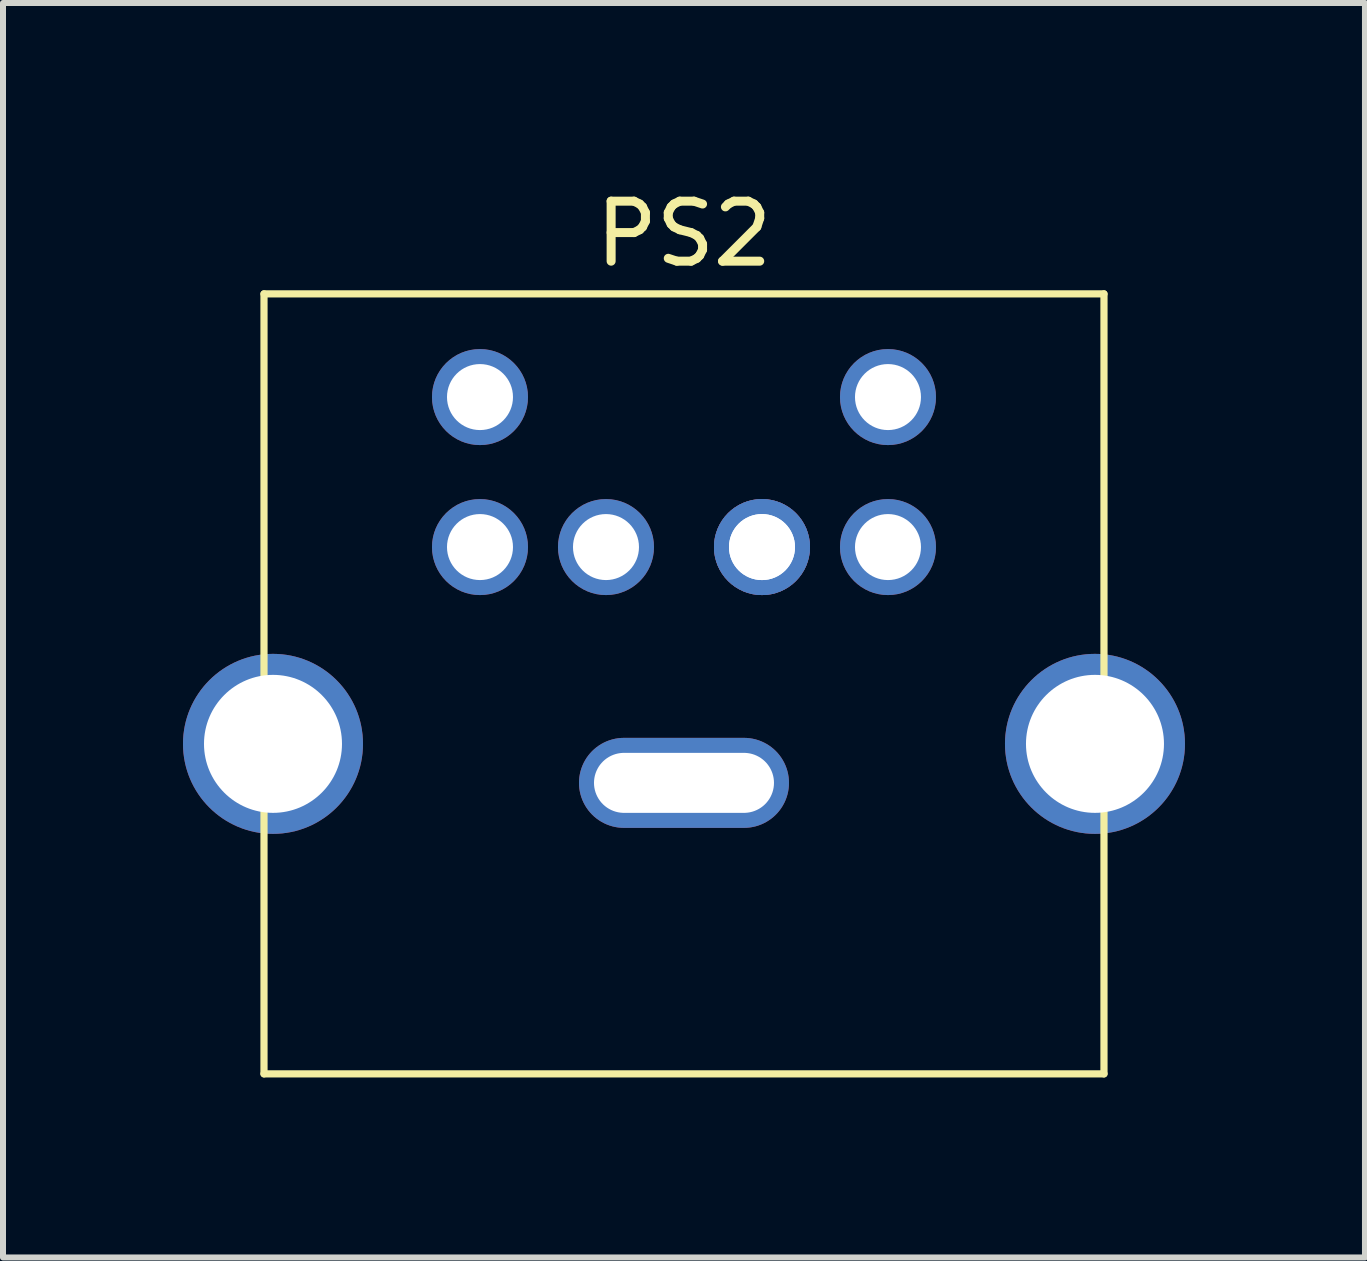
<source format=kicad_pcb>
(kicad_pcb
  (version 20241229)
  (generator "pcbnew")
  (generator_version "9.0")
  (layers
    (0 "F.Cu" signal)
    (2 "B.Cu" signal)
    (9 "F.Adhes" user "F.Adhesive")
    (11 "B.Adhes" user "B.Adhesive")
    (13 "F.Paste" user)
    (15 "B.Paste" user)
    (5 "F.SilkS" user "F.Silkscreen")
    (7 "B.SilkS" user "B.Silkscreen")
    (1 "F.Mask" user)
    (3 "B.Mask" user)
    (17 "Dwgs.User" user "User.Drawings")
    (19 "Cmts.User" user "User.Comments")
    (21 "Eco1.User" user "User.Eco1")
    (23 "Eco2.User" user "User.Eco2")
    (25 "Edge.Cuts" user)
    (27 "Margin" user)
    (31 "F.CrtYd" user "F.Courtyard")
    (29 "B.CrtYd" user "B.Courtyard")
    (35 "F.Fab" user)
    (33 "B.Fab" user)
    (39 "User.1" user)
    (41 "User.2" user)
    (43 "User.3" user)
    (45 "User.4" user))
  (footprint "PS2"
    (layer "F.Cu")
    (at 8.35 8.348)
    (property "Reference" "PS2" (at 0 -7.5 0) (layer "F.SilkS") (effects (font (size 1 1) (thickness 0.15))))
    (attr through_hole)
    (fp_line (start -7 -6.5) (end -7 6.5) (stroke (width 0.12) (type solid)) (layer "F.SilkS"))
    (fp_line (start -7 -6.5) (end 7 -6.5) (stroke (width 0.12) (type solid)) (layer "F.SilkS"))
    (fp_line (start -7 6.5) (end 7 6.5) (stroke (width 0.12) (type solid)) (layer "F.SilkS"))
    (fp_line (start 7 6.5) (end 7 -6.5) (stroke (width 0.12) (type solid)) (layer "F.SilkS"))
    (pad "" thru_hole circle (at -6.85 1) (size 3 3) (drill 2.3) (layers "*.Cu" "*.Mask"))
    (pad "" thru_hole oval (at 0 1.65) (size 3.5 1.5) (drill oval 3 1) (layers "*.Cu" "*.Mask"))
    (pad "" thru_hole circle (at 6.85 1) (size 3 3) (drill 2.3) (layers "*.Cu" "*.Mask"))
    (pad "1" thru_hole circle (at 1.3 -2.28) (size 1.6 1.6) (drill 1.1) (layers "*.Cu" "*.Mask"))
    (pad "1" thru_hole circle (at 1.3 -2.28) (size 1.6 1.6) (drill 1.1) (layers "*.Cu" "*.Mask"))
    (pad "2" thru_hole circle (at -1.3 -2.28) (size 1.6 1.6) (drill 1.1) (layers "*.Cu" "*.Mask"))
    (pad "3" thru_hole circle (at 3.4 -2.28) (size 1.6 1.6) (drill 1.1) (layers "*.Cu" "*.Mask"))
    (pad "4" thru_hole circle (at -3.4 -2.28) (size 1.6 1.6) (drill 1.1) (layers "*.Cu" "*.Mask"))
    (pad "5" thru_hole circle (at 3.4 -4.78) (size 1.6 1.6) (drill 1.1) (layers "*.Cu" "*.Mask"))
    (pad "6" thru_hole circle (at -3.4 -4.78) (size 1.6 1.6) (drill 1.1) (layers "*.Cu" "*.Mask")))
  (gr_rect
    (start -3 -3)
    (end 19.7 17.908)
    (stroke (width 0.1) (type default))
    (fill no)
    (layer "Edge.Cuts")))
</source>
